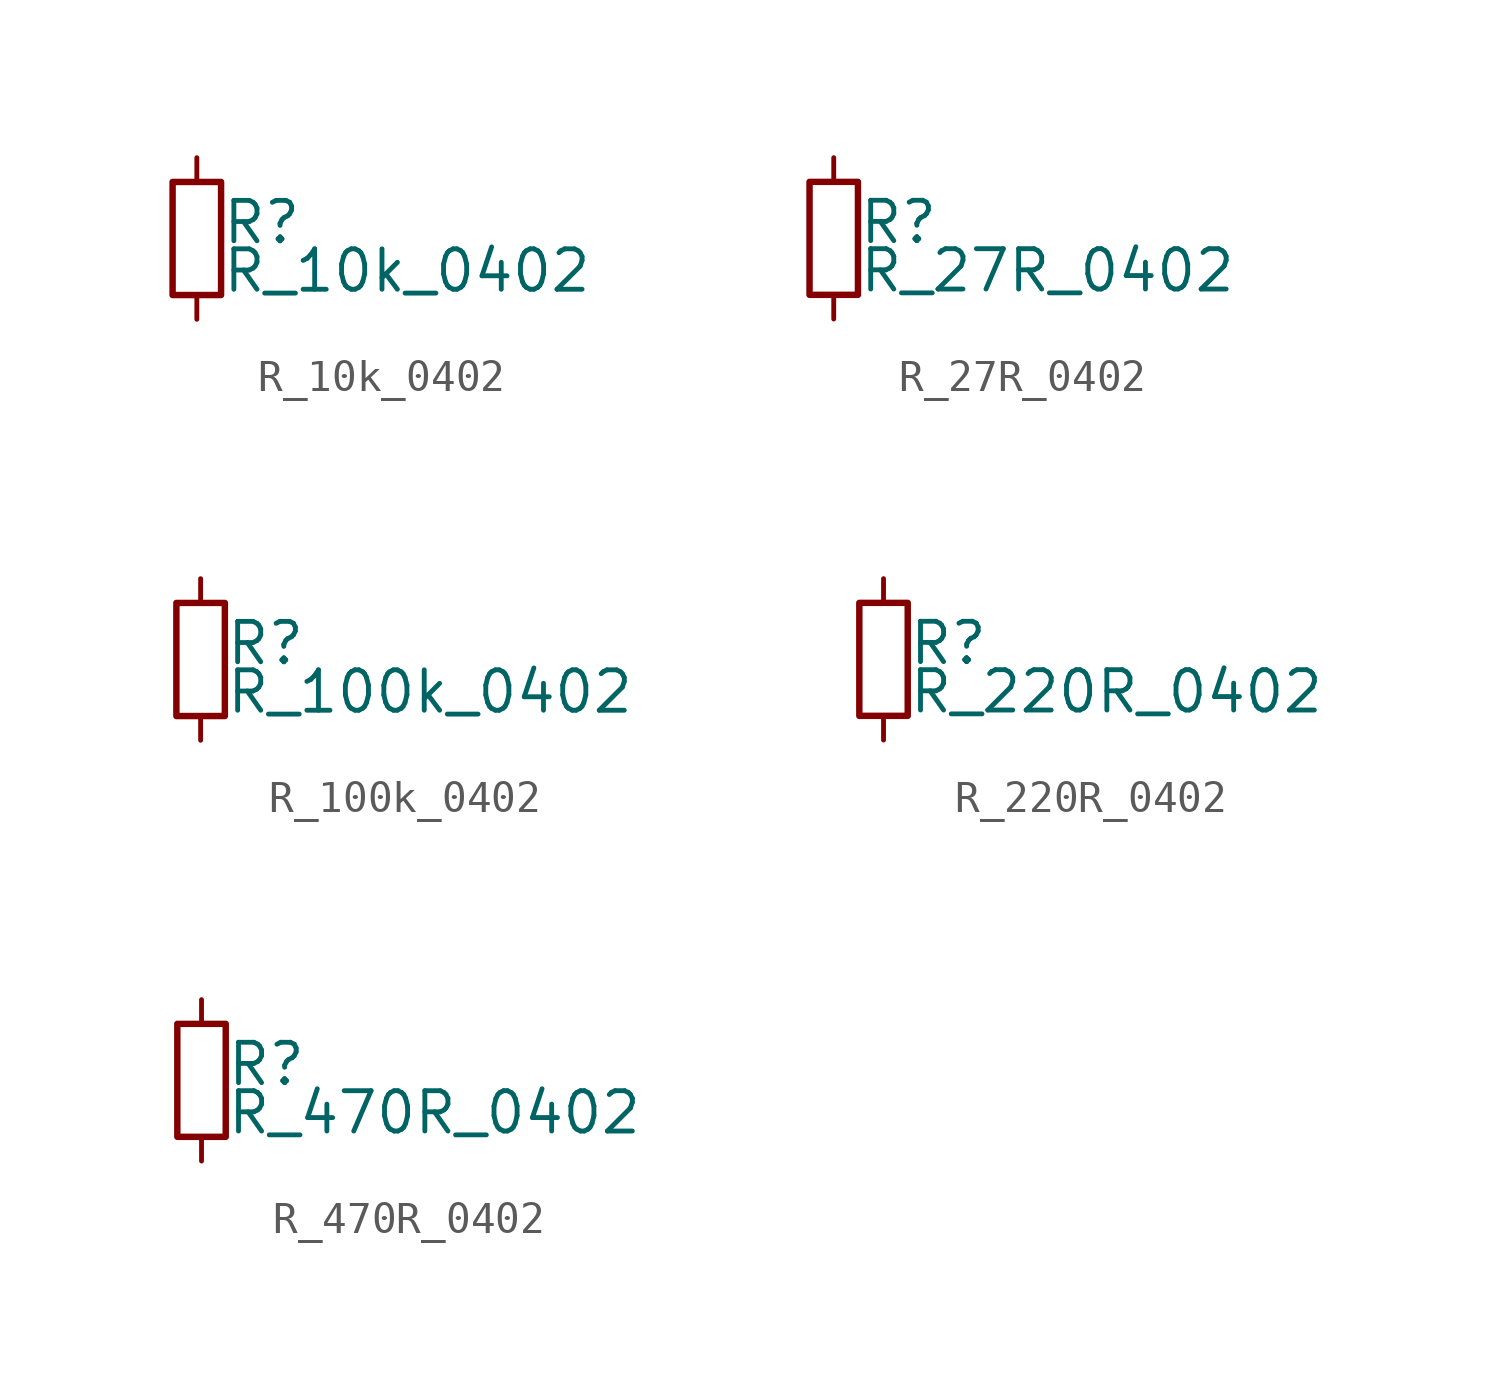
<source format=kicad_sym>
(kicad_symbol_lib
  (version 20211014)
  (generator kicad_symbol_editor)
  (symbol "R_10k_0402"
    (pin_numbers hide)
    (pin_names
      (offset 0.254) hide)
    (property "Reference" "R"
      (at 0.762 0.508 0)
      (effects (font (size 1.27 1.27)) (justify left)))
    (property "Value" "R_10k_0402"
      (at 0.762 -1.016 0)
      (effects (font (size 1.27 1.27)) (justify left)))
    (symbol "R_10k_0402_0_1"
      (rectangle (start -0.762 1.778) (end 0.762 -1.778) (stroke (width 0.203) (type default) (color 0 0 0 0)) (fill (type none))))
    (symbol "R_10k_0402_1_1"
      (pin passive line (at 0 2.54 270) (length 0.762) (name "~" (effects (font (size 1.27 1.27)))) (number "1" (effects (font (size 1.27 1.27)))))
      (pin passive line (at 0 -2.54 90) (length 0.762) (name "~" (effects (font (size 1.27 1.27)))) (number "2" (effects (font (size 1.27 1.27)))))))
  (symbol "R_27R_0402"
    (pin_numbers hide)
    (pin_names
      (offset 0.254) hide)
    (property "Reference" "R"
      (at 0.762 0.508 0)
      (effects (font (size 1.27 1.27)) (justify left)))
    (property "Value" "R_27R_0402"
      (at 0.762 -1.016 0)
      (effects (font (size 1.27 1.27)) (justify left)))
    (symbol "R_27R_0402_0_1"
      (rectangle (start -0.762 1.778) (end 0.762 -1.778) (stroke (width 0.203) (type default) (color 0 0 0 0)) (fill (type none))))
    (symbol "R_27R_0402_1_1"
      (pin passive line (at 0 2.54 270) (length 0.762) (name "~" (effects (font (size 1.27 1.27)))) (number "1" (effects (font (size 1.27 1.27)))))
      (pin passive line (at 0 -2.54 90) (length 0.762) (name "~" (effects (font (size 1.27 1.27)))) (number "2" (effects (font (size 1.27 1.27)))))))
  (symbol "R_100k_0402"
    (pin_numbers hide)
    (pin_names
      (offset 0.254) hide)
    (property "Reference" "R"
      (at 0.762 0.508 0)
      (effects (font (size 1.27 1.27)) (justify left)))
    (property "Value" "R_100k_0402"
      (at 0.762 -1.016 0)
      (effects (font (size 1.27 1.27)) (justify left)))
    (symbol "R_100k_0402_0_1"
      (rectangle (start -0.762 1.778) (end 0.762 -1.778) (stroke (width 0.203) (type default) (color 0 0 0 0)) (fill (type none))))
    (symbol "R_100k_0402_1_1"
      (pin passive line (at 0 2.54 270) (length 0.762) (name "~" (effects (font (size 1.27 1.27)))) (number "1" (effects (font (size 1.27 1.27)))))
      (pin passive line (at 0 -2.54 90) (length 0.762) (name "~" (effects (font (size 1.27 1.27)))) (number "2" (effects (font (size 1.27 1.27)))))))
  (symbol "R_220R_0402"
    (pin_numbers hide)
    (pin_names
      (offset 0.254) hide)
    (property "Reference" "R"
      (at 0.762 0.508 0)
      (effects (font (size 1.27 1.27)) (justify left)))
    (property "Value" "R_220R_0402"
      (at 0.762 -1.016 0)
      (effects (font (size 1.27 1.27)) (justify left)))
    (symbol "R_220R_0402_0_1"
      (rectangle (start -0.762 1.778) (end 0.762 -1.778) (stroke (width 0.203) (type default) (color 0 0 0 0)) (fill (type none))))
    (symbol "R_220R_0402_1_1"
      (pin passive line (at 0 2.54 270) (length 0.762) (name "~" (effects (font (size 1.27 1.27)))) (number "1" (effects (font (size 1.27 1.27)))))
      (pin passive line (at 0 -2.54 90) (length 0.762) (name "~" (effects (font (size 1.27 1.27)))) (number "2" (effects (font (size 1.27 1.27)))))))
  (symbol "R_470R_0402"
    (pin_numbers hide)
    (pin_names
      (offset 0.254) hide)
    (property "Reference" "R"
      (at 0.762 0.508 0)
      (effects (font (size 1.27 1.27)) (justify left)))
    (property "Value" "R_470R_0402"
      (at 0.762 -1.016 0)
      (effects (font (size 1.27 1.27)) (justify left)))
    (symbol "R_470R_0402_0_1"
      (rectangle (start -0.762 1.778) (end 0.762 -1.778) (stroke (width 0.203) (type default) (color 0 0 0 0)) (fill (type none))))
    (symbol "R_470R_0402_1_1"
      (pin passive line (at 0 2.54 270) (length 0.762) (name "~" (effects (font (size 1.27 1.27)))) (number "1" (effects (font (size 1.27 1.27)))))
      (pin passive line (at 0 -2.54 90) (length 0.762) (name "~" (effects (font (size 1.27 1.27)))) (number "2" (effects (font (size 1.27 1.27))))))))
</source>
